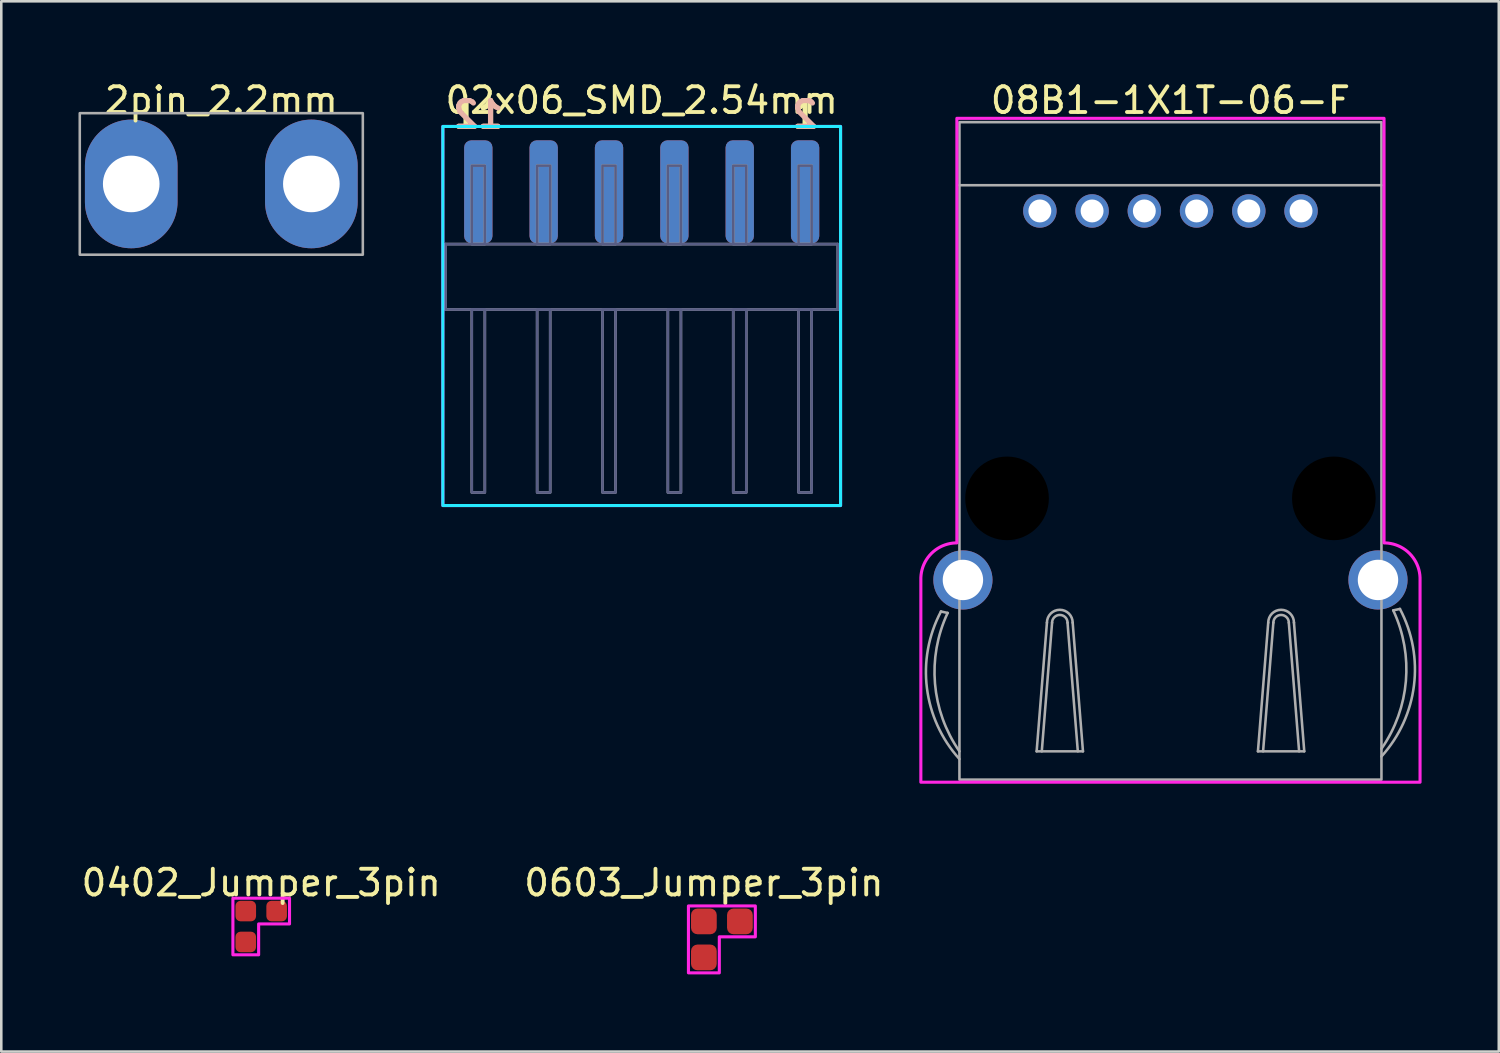
<source format=kicad_pcb>
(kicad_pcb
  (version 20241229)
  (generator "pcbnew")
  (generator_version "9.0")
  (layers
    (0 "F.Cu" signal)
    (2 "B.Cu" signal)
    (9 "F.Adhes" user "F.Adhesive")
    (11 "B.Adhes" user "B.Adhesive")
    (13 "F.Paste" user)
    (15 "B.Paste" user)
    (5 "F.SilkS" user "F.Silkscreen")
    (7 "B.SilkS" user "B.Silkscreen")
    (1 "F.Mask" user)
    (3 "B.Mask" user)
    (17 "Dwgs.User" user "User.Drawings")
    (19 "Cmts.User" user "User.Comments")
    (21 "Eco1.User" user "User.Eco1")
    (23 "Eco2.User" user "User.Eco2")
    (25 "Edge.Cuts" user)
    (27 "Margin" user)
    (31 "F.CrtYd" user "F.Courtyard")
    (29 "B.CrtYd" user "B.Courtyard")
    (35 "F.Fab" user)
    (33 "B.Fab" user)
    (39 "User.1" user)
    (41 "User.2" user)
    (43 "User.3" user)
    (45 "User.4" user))
  (footprint "2pin_2.2mm"
    (layer "F.Cu")
    (at 5.55 4.098)
    (property "Reference" "2pin_2.2mm" (at 0 -3.25 0) (unlocked yes) (layer "F.SilkS") (effects (font (size 1 1) (thickness 0.15))))
    (attr smd)
    (fp_rect (start -5.5 -2.75) (end 5.5 2.75) (stroke (width 0.1) (type solid)) (fill no) (layer "F.Fab"))
    (pad "1" thru_hole oval (at -3.5 0) (size 3.6 5) (drill 2.2) (layers "*.Cu" "*.Mask"))
    (pad "2" thru_hole oval (at 3.5 0) (size 3.6 5) (drill 2.2) (layers "*.Cu" "*.Mask")))
  (footprint "02x06_SMD_2.54mm"
    (layer "F.Cu")
    (at 21.888 6.436)
    (property "Reference" "02x06_SMD_2.54mm" (at 0 -5.588 0) (unlocked yes) (layer "F.SilkS") (effects (font (size 1 1) (thickness 0.15))))
    (attr smd)
    (fp_rect (start -7.728 -4.572) (end 7.728 10.16) (stroke (width 0.12) (type default)) (fill no) (layer "B.CrtYd"))
    (fp_rect (start -7.728 -4.572) (end 7.728 10.16) (stroke (width 0.12) (type default)) (fill no) (layer "F.CrtYd"))
    (fp_line (start -7.62 0) (end 7.62 0) (stroke (width 0.1) (type default)) (layer "B.Fab"))
    (fp_line (start -7.62 2.54) (end -7.62 0) (stroke (width 0.1) (type default)) (layer "B.Fab"))
    (fp_line (start 7.62 0) (end 7.62 2.54) (stroke (width 0.1) (type default)) (layer "B.Fab"))
    (fp_line (start 7.62 2.54) (end -7.62 2.54) (stroke (width 0.1) (type default)) (layer "B.Fab"))
    (fp_rect (start -6.096 -3.048) (end -6.604 0) (stroke (width 0.1) (type default)) (fill no) (layer "B.Fab"))
    (fp_rect (start -6.096 2.54) (end -6.604 9.652) (stroke (width 0.1) (type default)) (fill no) (layer "B.Fab"))
    (fp_rect (start -3.556 -3.048) (end -4.064 0) (stroke (width 0.1) (type default)) (fill no) (layer "B.Fab"))
    (fp_rect (start -3.556 2.54) (end -4.064 9.652) (stroke (width 0.1) (type default)) (fill no) (layer "B.Fab"))
    (fp_rect (start -1.016 -3.048) (end -1.524 0) (stroke (width 0.1) (type default)) (fill no) (layer "B.Fab"))
    (fp_rect (start -1.016 2.54) (end -1.524 9.652) (stroke (width 0.1) (type default)) (fill no) (layer "B.Fab"))
    (fp_rect (start 1.524 -3.048) (end 1.016 0) (stroke (width 0.1) (type default)) (fill no) (layer "B.Fab"))
    (fp_rect (start 1.524 2.54) (end 1.016 9.652) (stroke (width 0.1) (type default)) (fill no) (layer "B.Fab"))
    (fp_rect (start 4.064 -3.048) (end 3.556 0) (stroke (width 0.1) (type default)) (fill no) (layer "B.Fab"))
    (fp_rect (start 4.064 2.54) (end 3.556 9.652) (stroke (width 0.1) (type default)) (fill no) (layer "B.Fab"))
    (fp_rect (start 6.604 -3.048) (end 6.096 0) (stroke (width 0.1) (type default)) (fill no) (layer "B.Fab"))
    (fp_rect (start 6.604 2.54) (end 6.096 9.652) (stroke (width 0.1) (type default)) (fill no) (layer "B.Fab"))
    (fp_line (start -7.62 0) (end -7.62 2.54) (stroke (width 0.1) (type default)) (layer "F.Fab"))
    (fp_line (start -7.62 2.54) (end 7.62 2.54) (stroke (width 0.1) (type default)) (layer "F.Fab"))
    (fp_line (start 7.62 0) (end -7.62 0) (stroke (width 0.1) (type default)) (layer "F.Fab"))
    (fp_line (start 7.62 2.54) (end 7.62 0) (stroke (width 0.1) (type default)) (layer "F.Fab"))
    (fp_rect (start -6.604 -3.048) (end -6.096 0) (stroke (width 0.1) (type default)) (fill no) (layer "F.Fab"))
    (fp_rect (start -6.604 2.54) (end -6.096 9.652) (stroke (width 0.1) (type default)) (fill no) (layer "F.Fab"))
    (fp_rect (start -4.064 -3.048) (end -3.556 0) (stroke (width 0.1) (type default)) (fill no) (layer "F.Fab"))
    (fp_rect (start -4.064 2.54) (end -3.556 9.652) (stroke (width 0.1) (type default)) (fill no) (layer "F.Fab"))
    (fp_rect (start -1.524 -3.048) (end -1.016 0) (stroke (width 0.1) (type default)) (fill no) (layer "F.Fab"))
    (fp_rect (start -1.524 2.54) (end -1.016 9.652) (stroke (width 0.1) (type default)) (fill no) (layer "F.Fab"))
    (fp_rect (start 1.016 -3.048) (end 1.524 0) (stroke (width 0.1) (type default)) (fill no) (layer "F.Fab"))
    (fp_rect (start 1.016 2.54) (end 1.524 9.652) (stroke (width 0.1) (type default)) (fill no) (layer "F.Fab"))
    (fp_rect (start 3.556 -3.048) (end 4.064 0) (stroke (width 0.1) (type default)) (fill no) (layer "F.Fab"))
    (fp_rect (start 3.556 2.54) (end 4.064 9.652) (stroke (width 0.1) (type default)) (fill no) (layer "F.Fab"))
    (fp_rect (start 6.096 -3.048) (end 6.604 0) (stroke (width 0.1) (type default)) (fill no) (layer "F.Fab"))
    (fp_rect (start 6.096 2.54) (end 6.604 9.652) (stroke (width 0.1) (type default)) (fill no) (layer "F.Fab"))
    (fp_text user "11" (at -6.35 -4.445 0) (unlocked yes) (layer "F.SilkS") (effects (font (size 1 1) (thickness 0.2) (bold yes)) (justify bottom)))
    (fp_text user "1" (at 6.35 -4.445 0) (unlocked yes) (layer "F.SilkS") (effects (font (size 1 1) (thickness 0.2) (bold yes)) (justify bottom)))
    (fp_text user "2" (at 6.35 -4.445 0) (unlocked yes) (layer "B.SilkS") (effects (font (size 1 1) (thickness 0.2) (bold yes)) (justify bottom mirror)))
    (fp_text user "12" (at -6.35 -4.445 0) (unlocked yes) (layer "B.SilkS") (effects (font (size 1 1) (thickness 0.2) (bold yes)) (justify bottom mirror)))
    (pad "1" smd roundrect (at 6.35 -2.032 270) (size 4 1.1) (layers "F.Cu" "F.Mask" "F.Paste") (roundrect_rratio 0.25))
    (pad "2" smd roundrect (at 6.35 -2.032 270) (size 4 1.1) (layers "B.Cu" "B.Mask" "B.Paste") (roundrect_rratio 0.25))
    (pad "3" smd roundrect (at 3.81 -2.032 270) (size 4 1.1) (layers "F.Cu" "F.Mask" "F.Paste") (roundrect_rratio 0.25))
    (pad "4" smd roundrect (at 3.81 -2.032 270) (size 4 1.1) (layers "B.Cu" "B.Mask" "B.Paste") (roundrect_rratio 0.25))
    (pad "5" smd roundrect (at 1.27 -2.032 270) (size 4 1.1) (layers "F.Cu" "F.Mask" "F.Paste") (roundrect_rratio 0.25))
    (pad "6" smd roundrect (at 1.27 -2.032 270) (size 4 1.1) (layers "B.Cu" "B.Mask" "B.Paste") (roundrect_rratio 0.25))
    (pad "7" smd roundrect (at -1.27 -2.032 270) (size 4 1.1) (layers "F.Cu" "F.Mask" "F.Paste") (roundrect_rratio 0.25))
    (pad "8" smd roundrect (at -1.27 -2.032 270) (size 4 1.1) (layers "B.Cu" "B.Mask" "B.Paste") (roundrect_rratio 0.25))
    (pad "9" smd roundrect (at -3.81 -2.032 270) (size 4 1.1) (layers "F.Cu" "F.Mask" "F.Paste") (roundrect_rratio 0.25))
    (pad "10" smd roundrect (at -3.81 -2.032 270) (size 4 1.1) (layers "B.Cu" "B.Mask" "B.Paste") (roundrect_rratio 0.25))
    (pad "11" smd roundrect (at -6.35 -2.032 270) (size 4 1.1) (layers "F.Cu" "F.Mask" "F.Paste") (roundrect_rratio 0.25))
    (pad "12" smd roundrect (at -6.35 -2.032 270) (size 4 1.1) (layers "B.Cu" "B.Mask" "B.Paste") (roundrect_rratio 0.25)))
  (footprint "0402_Jumper_3pin"
    (layer "F.Cu")
    (at 6.501 32.356)
    (property "Reference" "0402_Jumper_3pin" (at 0.6 -1.1 0) (unlocked yes) (layer "F.SilkS") (effects (font (size 1 1) (thickness 0.15))))
    (attr smd)
    (fp_poly (pts (xy -0.5 -0.5) (xy 1.7 -0.5) (xy 1.7 0.5) (xy 0.5 0.5) (xy 0.5 1.7) (xy -0.5 1.7)) (stroke (width 0.12) (type solid)) (fill no) (layer "F.CrtYd"))
    (pad "1" smd roundrect (at 1.2 0) (size 0.8 0.8) (layers "F.Cu" "F.Mask" "F.Paste") (roundrect_rratio 0.25))
    (pad "2" smd roundrect (at 0 0) (size 0.8 0.8) (layers "F.Cu" "F.Mask" "F.Paste") (roundrect_rratio 0.25))
    (pad "3" smd roundrect (at 0 1.2) (size 0.8 0.8) (layers "F.Cu" "F.Mask" "F.Paste") (roundrect_rratio 0.25)))
  (footprint "08B1-1X1T-06-F"
    (layer "F.Cu")
    (at 42.436 5.148)
    (property "Reference" "08B1-1X1T-06-F" (at 0 -4.3 0) (unlocked yes) (layer "F.SilkS") (effects (font (size 1 1) (thickness 0.15))))
    (attr through_hole)
    (fp_poly (pts (xy -8.3 -3.6) (xy -8.3 -3.55) (arc (start -8.3 12.9) (mid -9.289949 13.310051) (end -9.7 14.3)) (xy -9.7 22.2) (xy 9.7 22.2) (arc (start 9.7 14.3) (mid 9.289949 13.310051) (end 8.3 12.9)) (xy 8.3 -3.6) (xy 0 -3.6)) (stroke (width 0.12) (type solid)) (fill no) (layer "F.CrtYd"))
    (fp_line (start -8.918 15.566) (end -8.659 15.622) (stroke (width 0.1) (type default)) (layer "F.Fab"))
    (fp_line (start -8.2 -1) (end 8.2 -1) (stroke (width 0.1) (type default)) (layer "F.Fab"))
    (fp_line (start -5.2 21) (end -3.4 21) (stroke (width 0.1) (type default)) (layer "F.Fab"))
    (fp_line (start -5 21) (end -4.6 16) (stroke (width 0.1) (type default)) (layer "F.Fab"))
    (fp_line (start -4.8 16) (end -5.2 21) (stroke (width 0.1) (type default)) (layer "F.Fab"))
    (fp_line (start -3.8 16) (end -3.4 21) (stroke (width 0.1) (type default)) (layer "F.Fab"))
    (fp_line (start -3.6 21) (end -4 16) (stroke (width 0.1) (type default)) (layer "F.Fab"))
    (fp_line (start 3.4 21) (end 5.2 21) (stroke (width 0.1) (type default)) (layer "F.Fab"))
    (fp_line (start 3.6 21) (end 4 16) (stroke (width 0.1) (type default)) (layer "F.Fab"))
    (fp_line (start 3.8 16) (end 3.4 21) (stroke (width 0.1) (type default)) (layer "F.Fab"))
    (fp_line (start 4.8 16) (end 5.2 21) (stroke (width 0.1) (type default)) (layer "F.Fab"))
    (fp_line (start 5 21) (end 4.6 16) (stroke (width 0.1) (type default)) (layer "F.Fab"))
    (fp_line (start 8.918 15.466) (end 8.659 15.522) (stroke (width 0.1) (type default)) (layer "F.Fab"))
    (fp_rect (start -8.2 22.1) (end 8.2 -3.45) (stroke (width 0.1) (type default)) (fill no) (layer "F.Fab"))
    (fp_arc (start -8.2 21) (mid -9.149782 18.372394) (end -8.658516 15.621929) (stroke (width 0.1) (type default)) (layer "F.Fab"))
    (fp_arc (start -8.2 21.3) (mid -9.462977 18.546139) (end -8.917998 15.565895) (stroke (width 0.1) (type default)) (layer "F.Fab"))
    (fp_arc (start -4.8 16) (mid -4.3 15.5) (end -3.8 16) (stroke (width 0.1) (type default)) (layer "F.Fab"))
    (fp_arc (start -4.6 16) (mid -4.3 15.7) (end -4 16) (stroke (width 0.1) (type default)) (layer "F.Fab"))
    (fp_arc (start 3.8 16) (mid 4.3 15.5) (end 4.8 16) (stroke (width 0.1) (type default)) (layer "F.Fab"))
    (fp_arc (start 4 16) (mid 4.3 15.7) (end 4.6 16) (stroke (width 0.1) (type default)) (layer "F.Fab"))
    (fp_arc (start 8.658516 15.521929) (mid 9.149783 18.272394) (end 8.2 20.9) (stroke (width 0.1) (type default)) (layer "F.Fab"))
    (fp_arc (start 8.917998 15.465895) (mid 9.462977 18.44614) (end 8.2 21.2) (stroke (width 0.1) (type default)) (layer "F.Fab"))
    (pad "" np_thru_hole circle (at -6.35 11.17) (size 3.25 3.25) (drill 3.25) (layers "*.Mask"))
    (pad "" np_thru_hole circle (at 6.35 11.17) (size 3.25 3.25) (drill 3.25) (layers "*.Mask"))
    (pad "1" thru_hole circle (at 5.075 0) (size 1.3 1.3) (drill 0.89) (layers "*.Cu" "*.Mask"))
    (pad "2" thru_hole circle (at 3.045 0) (size 1.3 1.3) (drill 0.89) (layers "*.Cu" "*.Mask"))
    (pad "3" thru_hole circle (at 1.015 0) (size 1.3 1.3) (drill 0.89) (layers "*.Cu" "*.Mask"))
    (pad "4" thru_hole circle (at -1.015 0) (size 1.3 1.3) (drill 0.89) (layers "*.Cu" "*.Mask"))
    (pad "5" thru_hole circle (at -3.045 0) (size 1.3 1.3) (drill 0.89) (layers "*.Cu" "*.Mask"))
    (pad "6" thru_hole circle (at -5.075 0) (size 1.3 1.3) (drill 0.89) (layers "*.Cu" "*.Mask"))
    (pad "7" thru_hole circle (at -8.065 14.34) (size 2.3 2.3) (drill 1.57) (layers "*.Cu" "*.Mask"))
    (pad "7" thru_hole circle (at 8.065 14.34) (size 2.3 2.3) (drill 1.57) (layers "*.Cu" "*.Mask"))
    (zone (net_name "") (layers "F.Cu" "F.CrtYd") (hatch edge 0.5) (connect_pads) (min_thickness 0.25) (filled_areas_thickness no) (keepout (tracks allowed) (vias not_allowed) (pads not_allowed) (copperpour allowed) (footprints allowed)) (placement (enabled no)) (fill) (polygon (pts (xy 33.236 22.648) (xy 51.836 22.648) (xy 51.836 27.248) (xy 33.236 27.248))))
    (zone (net_name "") (layers "F.Cu" "F.CrtYd") (hatch edge 0.5) (connect_pads) (min_thickness 0.25) (filled_areas_thickness no) (keepout (tracks allowed) (vias not_allowed) (pads not_allowed) (copperpour allowed) (footprints allowed)) (placement (enabled no)) (fill) (polygon (pts (xy 34.236 5.848) (xy 37.836 5.848) (xy 37.836 9.448) (xy 34.236 9.448))))
    (zone (net_name "") (layers "F.Cu" "F.CrtYd") (hatch edge 0.5) (connect_pads) (min_thickness 0.25) (filled_areas_thickness no) (keepout (tracks allowed) (vias not_allowed) (pads not_allowed) (copperpour allowed) (footprints allowed)) (placement (enabled no)) (fill) (polygon (pts (xy 46.936 5.848) (xy 50.536 5.848) (xy 50.536 9.448) (xy 46.936 9.448)))))
  (footprint "0603_Jumper_3pin"
    (layer "F.Cu")
    (at 24.304 32.757)
    (property "Reference" "0603_Jumper_3pin" (at 0 -1.5 0) (unlocked yes) (layer "F.SilkS") (effects (font (size 1 1) (thickness 0.15))))
    (attr smd)
    (fp_poly (pts (xy -0.6 -0.6) (xy 2 -0.6) (xy 2 0.6) (xy 0.6 0.6) (xy 0.6 2) (xy -0.6 2)) (stroke (width 0.12) (type solid)) (fill no) (layer "F.CrtYd"))
    (pad "1" smd roundrect (at 1.4 0) (size 1 1) (layers "F.Cu" "F.Mask" "F.Paste") (roundrect_rratio 0.25))
    (pad "2" smd roundrect (at 0 0) (size 1 1) (layers "F.Cu" "F.Mask" "F.Paste") (roundrect_rratio 0.25))
    (pad "3" smd roundrect (at 0 1.4) (size 1 1) (layers "F.Cu" "F.Mask" "F.Paste") (roundrect_rratio 0.25)))
  (gr_rect
    (start -3 -3)
    (end 55.196 37.816)
    (stroke (width 0.1) (type default))
    (fill no)
    (layer "Edge.Cuts")))
</source>
